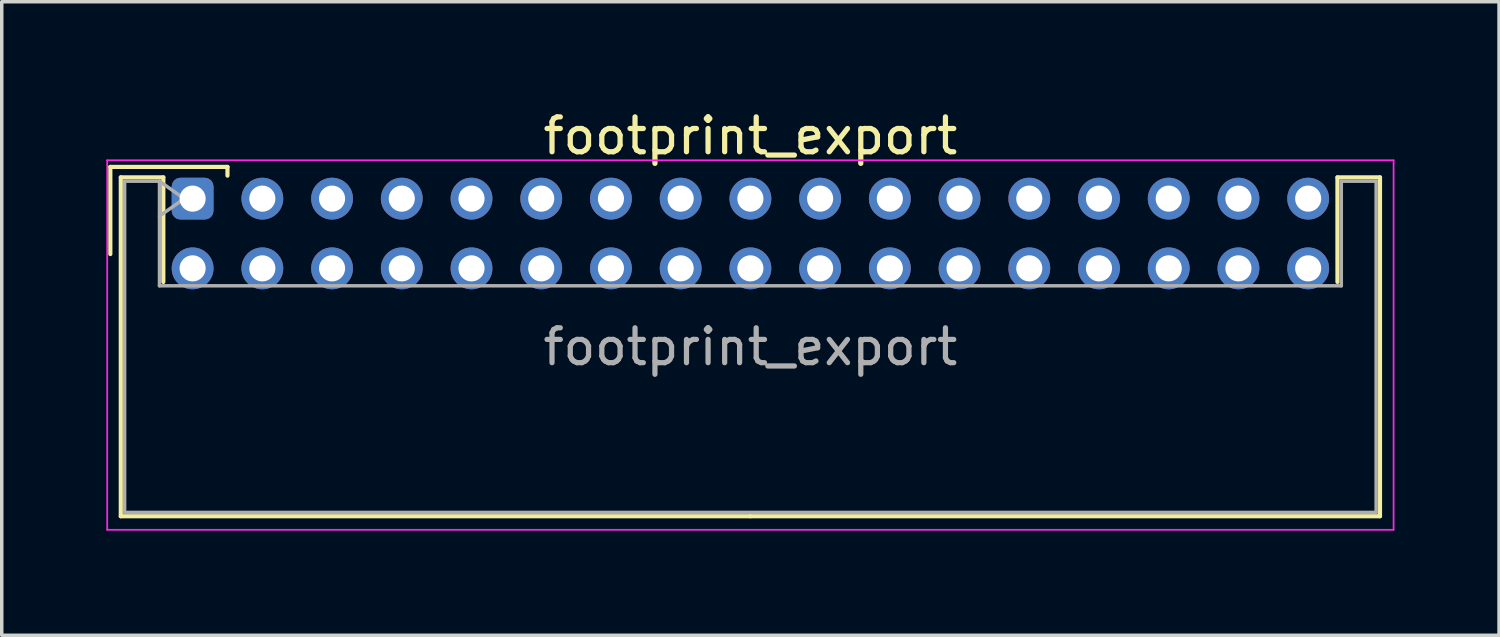
<source format=kicad_pcb>
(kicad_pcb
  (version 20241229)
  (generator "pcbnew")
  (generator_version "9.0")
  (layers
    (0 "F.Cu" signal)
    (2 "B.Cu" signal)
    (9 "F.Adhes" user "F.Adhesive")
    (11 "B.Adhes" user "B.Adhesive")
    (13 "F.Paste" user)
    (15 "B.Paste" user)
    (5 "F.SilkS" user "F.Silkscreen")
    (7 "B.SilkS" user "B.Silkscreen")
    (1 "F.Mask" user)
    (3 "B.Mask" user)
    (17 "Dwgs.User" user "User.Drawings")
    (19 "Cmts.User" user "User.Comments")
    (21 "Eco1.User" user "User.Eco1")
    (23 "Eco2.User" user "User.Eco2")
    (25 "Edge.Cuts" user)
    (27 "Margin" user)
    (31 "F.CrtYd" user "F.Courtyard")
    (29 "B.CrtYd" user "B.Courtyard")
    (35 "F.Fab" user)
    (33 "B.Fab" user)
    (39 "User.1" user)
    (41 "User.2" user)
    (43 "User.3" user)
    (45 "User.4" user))
  (footprint "footprint_export"
    (layer "F.Cu")
    (at 2.475 2.648)
    (property "Reference" "footprint_export" (at 16 -1.8 0) (layer "F.SilkS") (effects (font (size 1 1) (thickness 0.15))))
    (attr through_hole)
    (fp_line (start -2.36 -0.91) (end -2.36 1.59) (stroke (width 0.12) (type solid)) (layer "F.SilkS"))
    (fp_line (start -2.06 -0.61) (end -2.06 9.11) (stroke (width 0.12) (type solid)) (layer "F.SilkS"))
    (fp_line (start -2.06 9.11) (end 16 9.11) (stroke (width 0.12) (type solid)) (layer "F.SilkS"))
    (fp_line (start -0.84 -0.61) (end -2.06 -0.61) (stroke (width 0.12) (type solid)) (layer "F.SilkS"))
    (fp_line (start -0.84 2.39) (end -0.84 -0.61) (stroke (width 0.12) (type solid)) (layer "F.SilkS"))
    (fp_line (start 1 -0.91) (end -2.36 -0.91) (stroke (width 0.12) (type solid)) (layer "F.SilkS"))
    (fp_line (start 1 -0.66) (end 1 -0.91) (stroke (width 0.12) (type solid)) (layer "F.SilkS"))
    (fp_line (start 32.84 -0.61) (end 34.06 -0.61) (stroke (width 0.12) (type solid)) (layer "F.SilkS"))
    (fp_line (start 32.84 2.39) (end 32.84 -0.61) (stroke (width 0.12) (type solid)) (layer "F.SilkS"))
    (fp_line (start 34.06 -0.61) (end 34.06 9.11) (stroke (width 0.12) (type solid)) (layer "F.SilkS"))
    (fp_line (start 34.06 9.11) (end 16 9.11) (stroke (width 0.12) (type solid)) (layer "F.SilkS"))
    (fp_line (start -2.45 -1.1) (end -2.45 9.5) (stroke (width 0.05) (type solid)) (layer "F.CrtYd"))
    (fp_line (start -2.45 9.5) (end 34.45 9.5) (stroke (width 0.05) (type solid)) (layer "F.CrtYd"))
    (fp_line (start 34.45 -1.1) (end -2.45 -1.1) (stroke (width 0.05) (type solid)) (layer "F.CrtYd"))
    (fp_line (start 34.45 9.5) (end 34.45 -1.1) (stroke (width 0.05) (type solid)) (layer "F.CrtYd"))
    (fp_line (start -1.95 -0.5) (end -0.95 -0.5) (stroke (width 0.1) (type solid)) (layer "F.Fab"))
    (fp_line (start -1.95 9) (end -1.95 -0.5) (stroke (width 0.1) (type solid)) (layer "F.Fab"))
    (fp_line (start -0.95 -0.5) (end -0.95 2.5) (stroke (width 0.1) (type solid)) (layer "F.Fab"))
    (fp_line (start -0.95 -0.5) (end -0.243 0) (stroke (width 0.1) (type solid)) (layer "F.Fab"))
    (fp_line (start -0.95 2.5) (end 32.95 2.5) (stroke (width 0.1) (type solid)) (layer "F.Fab"))
    (fp_line (start -0.243 0) (end -0.95 0.5) (stroke (width 0.1) (type solid)) (layer "F.Fab"))
    (fp_line (start 32.95 -0.5) (end 33.95 -0.5) (stroke (width 0.1) (type solid)) (layer "F.Fab"))
    (fp_line (start 32.95 2.5) (end 32.95 -0.5) (stroke (width 0.1) (type solid)) (layer "F.Fab"))
    (fp_line (start 33.95 -0.5) (end 33.95 9) (stroke (width 0.1) (type solid)) (layer "F.Fab"))
    (fp_line (start 33.95 9) (end -1.95 9) (stroke (width 0.1) (type solid)) (layer "F.Fab"))
    (fp_text user "${REFERENCE}" (at 16 4.25 0) (layer "F.Fab") (effects (font (size 1 1) (thickness 0.15))))
    (pad "1" thru_hole roundrect (at 0 0) (size 1.2 1.2) (drill 0.75) (layers "*.Cu" "*.Mask") (roundrect_rratio 0.208))
    (pad "2" thru_hole circle (at 0 2) (size 1.2 1.2) (drill 0.75) (layers "*.Cu" "*.Mask"))
    (pad "3" thru_hole circle (at 2 0) (size 1.2 1.2) (drill 0.75) (layers "*.Cu" "*.Mask"))
    (pad "4" thru_hole circle (at 2 2) (size 1.2 1.2) (drill 0.75) (layers "*.Cu" "*.Mask"))
    (pad "5" thru_hole circle (at 4 0) (size 1.2 1.2) (drill 0.75) (layers "*.Cu" "*.Mask"))
    (pad "6" thru_hole circle (at 4 2) (size 1.2 1.2) (drill 0.75) (layers "*.Cu" "*.Mask"))
    (pad "7" thru_hole circle (at 6 0) (size 1.2 1.2) (drill 0.75) (layers "*.Cu" "*.Mask"))
    (pad "8" thru_hole circle (at 6 2) (size 1.2 1.2) (drill 0.75) (layers "*.Cu" "*.Mask"))
    (pad "9" thru_hole circle (at 8 0) (size 1.2 1.2) (drill 0.75) (layers "*.Cu" "*.Mask"))
    (pad "10" thru_hole circle (at 8 2) (size 1.2 1.2) (drill 0.75) (layers "*.Cu" "*.Mask"))
    (pad "11" thru_hole circle (at 10 0) (size 1.2 1.2) (drill 0.75) (layers "*.Cu" "*.Mask"))
    (pad "12" thru_hole circle (at 10 2) (size 1.2 1.2) (drill 0.75) (layers "*.Cu" "*.Mask"))
    (pad "13" thru_hole circle (at 12 0) (size 1.2 1.2) (drill 0.75) (layers "*.Cu" "*.Mask"))
    (pad "14" thru_hole circle (at 12 2) (size 1.2 1.2) (drill 0.75) (layers "*.Cu" "*.Mask"))
    (pad "15" thru_hole circle (at 14 0) (size 1.2 1.2) (drill 0.75) (layers "*.Cu" "*.Mask"))
    (pad "16" thru_hole circle (at 14 2) (size 1.2 1.2) (drill 0.75) (layers "*.Cu" "*.Mask"))
    (pad "17" thru_hole circle (at 16 0) (size 1.2 1.2) (drill 0.75) (layers "*.Cu" "*.Mask"))
    (pad "18" thru_hole circle (at 16 2) (size 1.2 1.2) (drill 0.75) (layers "*.Cu" "*.Mask"))
    (pad "19" thru_hole circle (at 18 0) (size 1.2 1.2) (drill 0.75) (layers "*.Cu" "*.Mask"))
    (pad "20" thru_hole circle (at 18 2) (size 1.2 1.2) (drill 0.75) (layers "*.Cu" "*.Mask"))
    (pad "21" thru_hole circle (at 20 0) (size 1.2 1.2) (drill 0.75) (layers "*.Cu" "*.Mask"))
    (pad "22" thru_hole circle (at 20 2) (size 1.2 1.2) (drill 0.75) (layers "*.Cu" "*.Mask"))
    (pad "23" thru_hole circle (at 22 0) (size 1.2 1.2) (drill 0.75) (layers "*.Cu" "*.Mask"))
    (pad "24" thru_hole circle (at 22 2) (size 1.2 1.2) (drill 0.75) (layers "*.Cu" "*.Mask"))
    (pad "25" thru_hole circle (at 24 0) (size 1.2 1.2) (drill 0.75) (layers "*.Cu" "*.Mask"))
    (pad "26" thru_hole circle (at 24 2) (size 1.2 1.2) (drill 0.75) (layers "*.Cu" "*.Mask"))
    (pad "27" thru_hole circle (at 26 0) (size 1.2 1.2) (drill 0.75) (layers "*.Cu" "*.Mask"))
    (pad "28" thru_hole circle (at 26 2) (size 1.2 1.2) (drill 0.75) (layers "*.Cu" "*.Mask"))
    (pad "29" thru_hole circle (at 28 0) (size 1.2 1.2) (drill 0.75) (layers "*.Cu" "*.Mask"))
    (pad "30" thru_hole circle (at 28 2) (size 1.2 1.2) (drill 0.75) (layers "*.Cu" "*.Mask"))
    (pad "31" thru_hole circle (at 30 0) (size 1.2 1.2) (drill 0.75) (layers "*.Cu" "*.Mask"))
    (pad "32" thru_hole circle (at 30 2) (size 1.2 1.2) (drill 0.75) (layers "*.Cu" "*.Mask"))
    (pad "33" thru_hole circle (at 32 0) (size 1.2 1.2) (drill 0.75) (layers "*.Cu" "*.Mask"))
    (pad "34" thru_hole circle (at 32 2) (size 1.2 1.2) (drill 0.75) (layers "*.Cu" "*.Mask")))
  (gr_rect
    (start -3 -3)
    (end 39.95 15.173)
    (stroke (width 0.1) (type default))
    (fill no)
    (layer "Edge.Cuts")))
</source>
